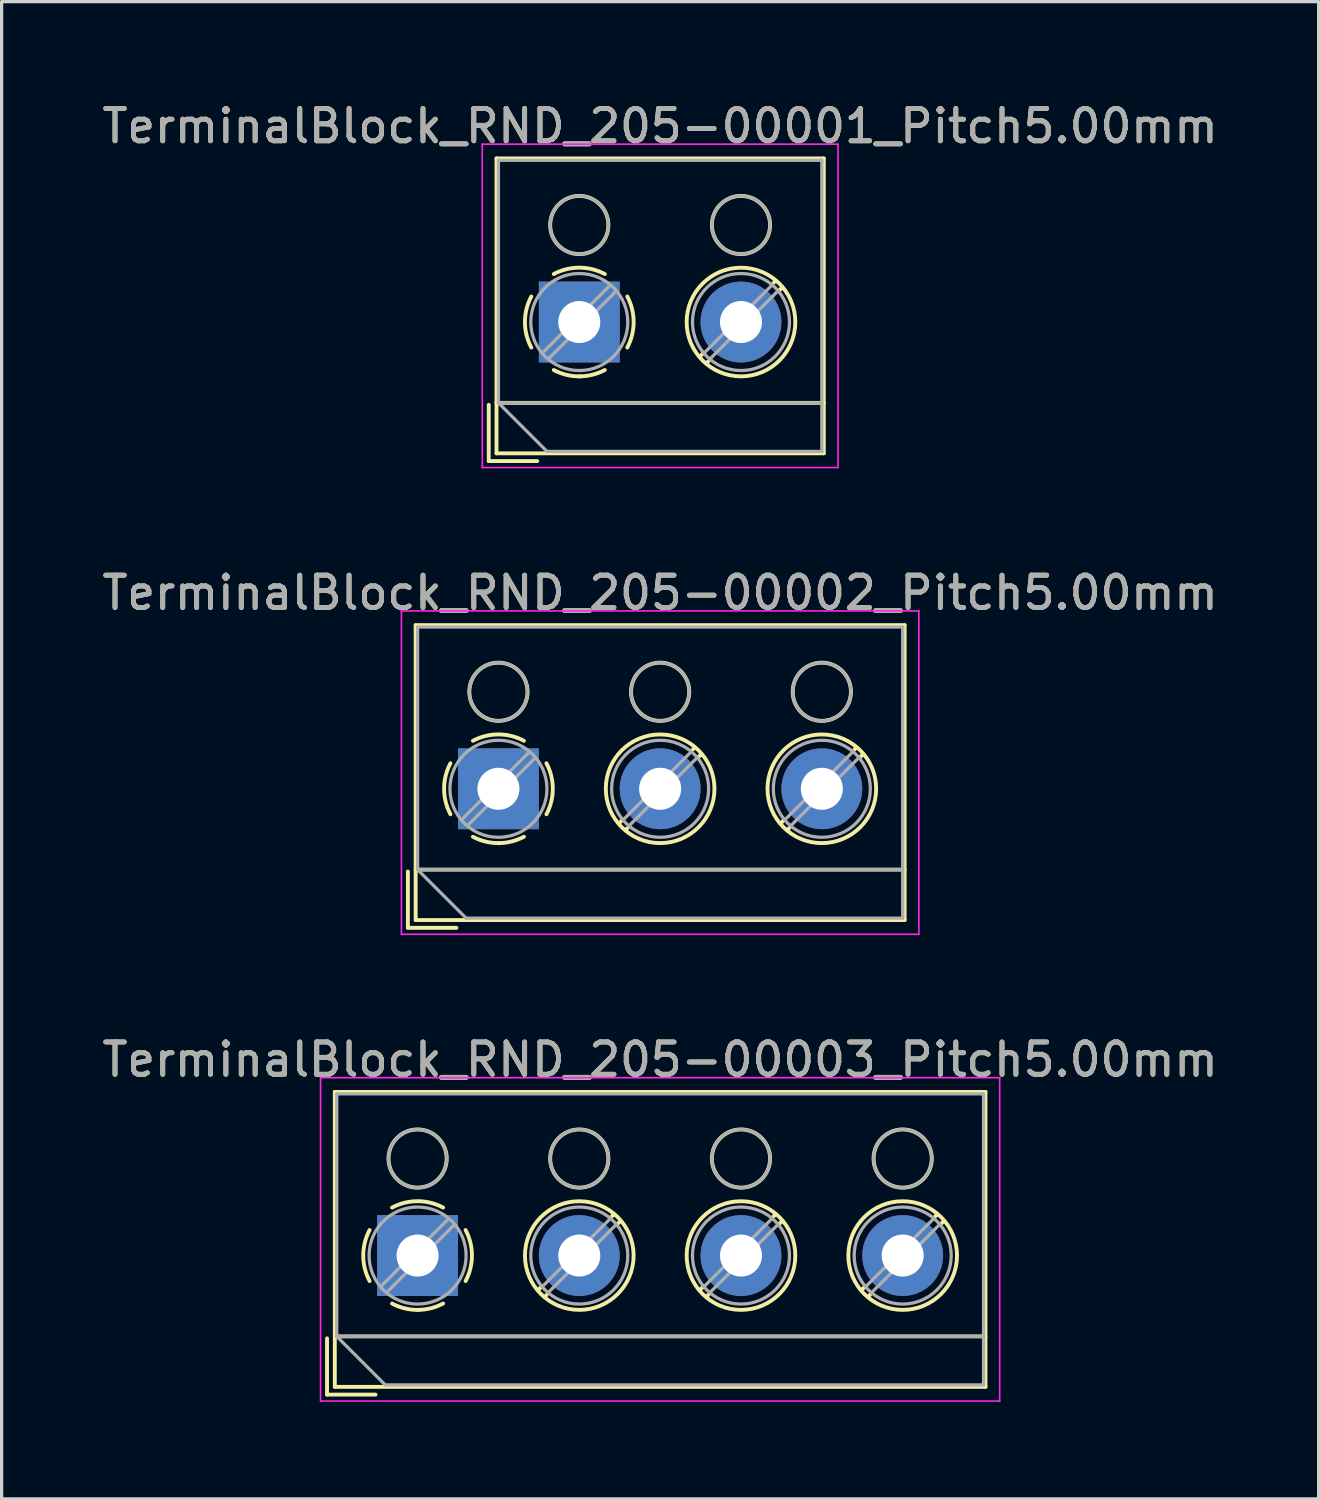
<source format=kicad_pcb>
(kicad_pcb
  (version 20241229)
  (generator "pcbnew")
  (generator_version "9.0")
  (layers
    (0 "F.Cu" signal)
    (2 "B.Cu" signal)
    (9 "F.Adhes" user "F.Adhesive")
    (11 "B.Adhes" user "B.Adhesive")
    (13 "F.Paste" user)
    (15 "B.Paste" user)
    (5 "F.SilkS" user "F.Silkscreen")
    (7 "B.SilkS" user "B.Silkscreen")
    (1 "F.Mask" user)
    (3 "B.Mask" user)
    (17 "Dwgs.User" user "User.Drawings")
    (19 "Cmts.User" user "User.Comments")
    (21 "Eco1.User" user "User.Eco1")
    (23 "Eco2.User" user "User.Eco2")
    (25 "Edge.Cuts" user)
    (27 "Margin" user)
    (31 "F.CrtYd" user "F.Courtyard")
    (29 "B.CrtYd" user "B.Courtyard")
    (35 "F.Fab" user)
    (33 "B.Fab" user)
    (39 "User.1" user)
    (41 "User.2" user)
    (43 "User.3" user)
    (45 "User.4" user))
  (footprint "TerminalBlock_RND_205-00003_Pitch5.00mm"
    (layer "F.Cu")
    (at 9.863 35.775)
    (property "Reference" "TerminalBlock_RND_205-00003_Pitch5.00mm" (at 7.5 -6.06 0) (layer "F.SilkS") (effects (font (size 1 1) (thickness 0.15))))
    (attr through_hole)
    (fp_line (start -2.8 2.56) (end -2.8 4.3) (stroke (width 0.12) (type solid)) (layer "F.SilkS"))
    (fp_line (start -2.8 4.3) (end -1.3 4.3) (stroke (width 0.12) (type solid)) (layer "F.SilkS"))
    (fp_line (start -2.56 -5.06) (end -2.56 4.06) (stroke (width 0.12) (type solid)) (layer "F.SilkS"))
    (fp_line (start -2.56 2.5) (end 17.56 2.5) (stroke (width 0.12) (type solid)) (layer "F.SilkS"))
    (fp_line (start -2.56 4.06) (end 17.56 4.06) (stroke (width 0.12) (type solid)) (layer "F.SilkS"))
    (fp_line (start 3.82 0.976) (end 3.726 1.069) (stroke (width 0.12) (type solid)) (layer "F.SilkS"))
    (fp_line (start 3.99 1.216) (end 3.931 1.274) (stroke (width 0.12) (type solid)) (layer "F.SilkS"))
    (fp_line (start 6.07 -1.275) (end 6.011 -1.216) (stroke (width 0.12) (type solid)) (layer "F.SilkS"))
    (fp_line (start 6.275 -1.069) (end 6.181 -0.976) (stroke (width 0.12) (type solid)) (layer "F.SilkS"))
    (fp_line (start 8.82 0.976) (end 8.726 1.069) (stroke (width 0.12) (type solid)) (layer "F.SilkS"))
    (fp_line (start 8.99 1.216) (end 8.931 1.274) (stroke (width 0.12) (type solid)) (layer "F.SilkS"))
    (fp_line (start 11.07 -1.275) (end 11.011 -1.216) (stroke (width 0.12) (type solid)) (layer "F.SilkS"))
    (fp_line (start 11.275 -1.069) (end 11.181 -0.976) (stroke (width 0.12) (type solid)) (layer "F.SilkS"))
    (fp_line (start 13.82 0.976) (end 13.726 1.069) (stroke (width 0.12) (type solid)) (layer "F.SilkS"))
    (fp_line (start 13.99 1.216) (end 13.931 1.274) (stroke (width 0.12) (type solid)) (layer "F.SilkS"))
    (fp_line (start 16.07 -1.275) (end 16.011 -1.216) (stroke (width 0.12) (type solid)) (layer "F.SilkS"))
    (fp_line (start 16.275 -1.069) (end 16.181 -0.976) (stroke (width 0.12) (type solid)) (layer "F.SilkS"))
    (fp_line (start 17.56 -5.06) (end -2.56 -5.06) (stroke (width 0.12) (type solid)) (layer "F.SilkS"))
    (fp_line (start 17.56 4.06) (end 17.56 -5.06) (stroke (width 0.12) (type solid)) (layer "F.SilkS"))
    (fp_arc (start -1.483953 0.789089) (mid -1.680708 0.00005) (end -1.484 -0.789) (stroke (width 0.12) (type solid)) (layer "F.SilkS"))
    (fp_arc (start -0.789089 -1.483953) (mid -0.00005 -1.680708) (end 0.789 -1.484) (stroke (width 0.12) (type solid)) (layer "F.SilkS"))
    (fp_arc (start 0.029383 1.68045) (mid -0.392304 1.634281) (end -0.789 1.484) (stroke (width 0.12) (type solid)) (layer "F.SilkS"))
    (fp_arc (start 0.788712 1.483352) (mid 0.406429 1.630097) (end 0 1.68) (stroke (width 0.12) (type solid)) (layer "F.SilkS"))
    (fp_arc (start 1.483953 -0.789089) (mid 1.680708 -0.00005) (end 1.484 0.789) (stroke (width 0.12) (type solid)) (layer "F.SilkS"))
    (fp_circle (center 0 -3) (end 0.9 -3) (stroke (width 0.12) (type solid)) (fill no) (layer "F.SilkS"))
    (fp_circle (center 5 -3) (end 5.9 -3) (stroke (width 0.12) (type solid)) (fill no) (layer "F.SilkS"))
    (fp_circle (center 5 0) (end 6.68 0) (stroke (width 0.12) (type solid)) (fill no) (layer "F.SilkS"))
    (fp_circle (center 10 -3) (end 10.9 -3) (stroke (width 0.12) (type solid)) (fill no) (layer "F.SilkS"))
    (fp_circle (center 10 0) (end 11.68 0) (stroke (width 0.12) (type solid)) (fill no) (layer "F.SilkS"))
    (fp_circle (center 15 -3) (end 15.9 -3) (stroke (width 0.12) (type solid)) (fill no) (layer "F.SilkS"))
    (fp_circle (center 15 0) (end 16.68 0) (stroke (width 0.12) (type solid)) (fill no) (layer "F.SilkS"))
    (fp_line (start -3 -5.5) (end -3 4.5) (stroke (width 0.05) (type solid)) (layer "F.CrtYd"))
    (fp_line (start -3 4.5) (end 18 4.5) (stroke (width 0.05) (type solid)) (layer "F.CrtYd"))
    (fp_line (start 18 -5.5) (end -3 -5.5) (stroke (width 0.05) (type solid)) (layer "F.CrtYd"))
    (fp_line (start 18 4.5) (end 18 -5.5) (stroke (width 0.05) (type solid)) (layer "F.CrtYd"))
    (fp_line (start -2.5 -5) (end 17.5 -5) (stroke (width 0.1) (type solid)) (layer "F.Fab"))
    (fp_line (start -2.5 2.5) (end -2.5 -5) (stroke (width 0.1) (type solid)) (layer "F.Fab"))
    (fp_line (start -2.5 2.5) (end 17.5 2.5) (stroke (width 0.1) (type solid)) (layer "F.Fab"))
    (fp_line (start -1 4) (end -2.5 2.5) (stroke (width 0.1) (type solid)) (layer "F.Fab"))
    (fp_line (start 0.955 -1.138) (end -1.138 0.955) (stroke (width 0.1) (type solid)) (layer "F.Fab"))
    (fp_line (start 1.138 -0.955) (end -0.955 1.138) (stroke (width 0.1) (type solid)) (layer "F.Fab"))
    (fp_line (start 5.955 -1.138) (end 3.863 0.955) (stroke (width 0.1) (type solid)) (layer "F.Fab"))
    (fp_line (start 6.138 -0.955) (end 4.046 1.138) (stroke (width 0.1) (type solid)) (layer "F.Fab"))
    (fp_line (start 10.955 -1.138) (end 8.863 0.955) (stroke (width 0.1) (type solid)) (layer "F.Fab"))
    (fp_line (start 11.138 -0.955) (end 9.046 1.138) (stroke (width 0.1) (type solid)) (layer "F.Fab"))
    (fp_line (start 15.955 -1.138) (end 13.863 0.955) (stroke (width 0.1) (type solid)) (layer "F.Fab"))
    (fp_line (start 16.138 -0.955) (end 14.046 1.138) (stroke (width 0.1) (type solid)) (layer "F.Fab"))
    (fp_line (start 17.5 -5) (end 17.5 4) (stroke (width 0.1) (type solid)) (layer "F.Fab"))
    (fp_line (start 17.5 4) (end -1 4) (stroke (width 0.1) (type solid)) (layer "F.Fab"))
    (fp_circle (center 0 -3) (end 0.9 -3) (stroke (width 0.1) (type solid)) (fill no) (layer "F.Fab"))
    (fp_circle (center 0 0) (end 1.5 0) (stroke (width 0.1) (type solid)) (fill no) (layer "F.Fab"))
    (fp_circle (center 5 -3) (end 5.9 -3) (stroke (width 0.1) (type solid)) (fill no) (layer "F.Fab"))
    (fp_circle (center 5 0) (end 6.5 0) (stroke (width 0.1) (type solid)) (fill no) (layer "F.Fab"))
    (fp_circle (center 10 -3) (end 10.9 -3) (stroke (width 0.1) (type solid)) (fill no) (layer "F.Fab"))
    (fp_circle (center 10 0) (end 11.5 0) (stroke (width 0.1) (type solid)) (fill no) (layer "F.Fab"))
    (fp_circle (center 15 -3) (end 15.9 -3) (stroke (width 0.1) (type solid)) (fill no) (layer "F.Fab"))
    (fp_circle (center 15 0) (end 16.5 0) (stroke (width 0.1) (type solid)) (fill no) (layer "F.Fab"))
    (fp_text user "${REFERENCE}" (at 7.5 -6.06 0) (layer "F.Fab") (effects (font (size 1 1) (thickness 0.15))))
    (pad "1" thru_hole rect (at 0 0) (size 2.5 2.5) (drill 1.3) (layers "*.Cu" "*.Mask"))
    (pad "2" thru_hole circle (at 5 0) (size 2.5 2.5) (drill 1.3) (layers "*.Cu" "*.Mask"))
    (pad "3" thru_hole circle (at 10 0) (size 2.5 2.5) (drill 1.3) (layers "*.Cu" "*.Mask"))
    (pad "4" thru_hole circle (at 15 0) (size 2.5 2.5) (drill 1.3) (layers "*.Cu" "*.Mask")))
  (footprint "TerminalBlock_RND_205-00002_Pitch5.00mm"
    (layer "F.Cu")
    (at 12.363 21.341)
    (property "Reference" "TerminalBlock_RND_205-00002_Pitch5.00mm" (at 5 -6.06 0) (layer "F.SilkS") (effects (font (size 1 1) (thickness 0.15))))
    (attr through_hole)
    (fp_line (start -2.8 2.56) (end -2.8 4.3) (stroke (width 0.12) (type solid)) (layer "F.SilkS"))
    (fp_line (start -2.8 4.3) (end -1.3 4.3) (stroke (width 0.12) (type solid)) (layer "F.SilkS"))
    (fp_line (start -2.56 -5.06) (end -2.56 4.06) (stroke (width 0.12) (type solid)) (layer "F.SilkS"))
    (fp_line (start -2.56 2.5) (end 12.56 2.5) (stroke (width 0.12) (type solid)) (layer "F.SilkS"))
    (fp_line (start -2.56 4.06) (end 12.56 4.06) (stroke (width 0.12) (type solid)) (layer "F.SilkS"))
    (fp_line (start 3.82 0.976) (end 3.726 1.069) (stroke (width 0.12) (type solid)) (layer "F.SilkS"))
    (fp_line (start 3.99 1.216) (end 3.931 1.274) (stroke (width 0.12) (type solid)) (layer "F.SilkS"))
    (fp_line (start 6.07 -1.275) (end 6.011 -1.216) (stroke (width 0.12) (type solid)) (layer "F.SilkS"))
    (fp_line (start 6.275 -1.069) (end 6.181 -0.976) (stroke (width 0.12) (type solid)) (layer "F.SilkS"))
    (fp_line (start 8.82 0.976) (end 8.726 1.069) (stroke (width 0.12) (type solid)) (layer "F.SilkS"))
    (fp_line (start 8.99 1.216) (end 8.931 1.274) (stroke (width 0.12) (type solid)) (layer "F.SilkS"))
    (fp_line (start 11.07 -1.275) (end 11.011 -1.216) (stroke (width 0.12) (type solid)) (layer "F.SilkS"))
    (fp_line (start 11.275 -1.069) (end 11.181 -0.976) (stroke (width 0.12) (type solid)) (layer "F.SilkS"))
    (fp_line (start 12.56 -5.06) (end -2.56 -5.06) (stroke (width 0.12) (type solid)) (layer "F.SilkS"))
    (fp_line (start 12.56 4.06) (end 12.56 -5.06) (stroke (width 0.12) (type solid)) (layer "F.SilkS"))
    (fp_arc (start -1.483953 0.789089) (mid -1.680708 0.00005) (end -1.484 -0.789) (stroke (width 0.12) (type solid)) (layer "F.SilkS"))
    (fp_arc (start -0.789089 -1.483953) (mid -0.00005 -1.680708) (end 0.789 -1.484) (stroke (width 0.12) (type solid)) (layer "F.SilkS"))
    (fp_arc (start 0.029383 1.68045) (mid -0.392304 1.634281) (end -0.789 1.484) (stroke (width 0.12) (type solid)) (layer "F.SilkS"))
    (fp_arc (start 0.788712 1.483352) (mid 0.406429 1.630097) (end 0 1.68) (stroke (width 0.12) (type solid)) (layer "F.SilkS"))
    (fp_arc (start 1.483953 -0.789089) (mid 1.680708 -0.00005) (end 1.484 0.789) (stroke (width 0.12) (type solid)) (layer "F.SilkS"))
    (fp_circle (center 0 -3) (end 0.9 -3) (stroke (width 0.12) (type solid)) (fill no) (layer "F.SilkS"))
    (fp_circle (center 5 -3) (end 5.9 -3) (stroke (width 0.12) (type solid)) (fill no) (layer "F.SilkS"))
    (fp_circle (center 5 0) (end 6.68 0) (stroke (width 0.12) (type solid)) (fill no) (layer "F.SilkS"))
    (fp_circle (center 10 -3) (end 10.9 -3) (stroke (width 0.12) (type solid)) (fill no) (layer "F.SilkS"))
    (fp_circle (center 10 0) (end 11.68 0) (stroke (width 0.12) (type solid)) (fill no) (layer "F.SilkS"))
    (fp_line (start -3 -5.5) (end -3 4.5) (stroke (width 0.05) (type solid)) (layer "F.CrtYd"))
    (fp_line (start -3 4.5) (end 13 4.5) (stroke (width 0.05) (type solid)) (layer "F.CrtYd"))
    (fp_line (start 13 -5.5) (end -3 -5.5) (stroke (width 0.05) (type solid)) (layer "F.CrtYd"))
    (fp_line (start 13 4.5) (end 13 -5.5) (stroke (width 0.05) (type solid)) (layer "F.CrtYd"))
    (fp_line (start -2.5 -5) (end 12.5 -5) (stroke (width 0.1) (type solid)) (layer "F.Fab"))
    (fp_line (start -2.5 2.5) (end -2.5 -5) (stroke (width 0.1) (type solid)) (layer "F.Fab"))
    (fp_line (start -2.5 2.5) (end 12.5 2.5) (stroke (width 0.1) (type solid)) (layer "F.Fab"))
    (fp_line (start -1 4) (end -2.5 2.5) (stroke (width 0.1) (type solid)) (layer "F.Fab"))
    (fp_line (start 0.955 -1.138) (end -1.138 0.955) (stroke (width 0.1) (type solid)) (layer "F.Fab"))
    (fp_line (start 1.138 -0.955) (end -0.955 1.138) (stroke (width 0.1) (type solid)) (layer "F.Fab"))
    (fp_line (start 5.955 -1.138) (end 3.863 0.955) (stroke (width 0.1) (type solid)) (layer "F.Fab"))
    (fp_line (start 6.138 -0.955) (end 4.046 1.138) (stroke (width 0.1) (type solid)) (layer "F.Fab"))
    (fp_line (start 10.955 -1.138) (end 8.863 0.955) (stroke (width 0.1) (type solid)) (layer "F.Fab"))
    (fp_line (start 11.138 -0.955) (end 9.046 1.138) (stroke (width 0.1) (type solid)) (layer "F.Fab"))
    (fp_line (start 12.5 -5) (end 12.5 4) (stroke (width 0.1) (type solid)) (layer "F.Fab"))
    (fp_line (start 12.5 4) (end -1 4) (stroke (width 0.1) (type solid)) (layer "F.Fab"))
    (fp_circle (center 0 -3) (end 0.9 -3) (stroke (width 0.1) (type solid)) (fill no) (layer "F.Fab"))
    (fp_circle (center 0 0) (end 1.5 0) (stroke (width 0.1) (type solid)) (fill no) (layer "F.Fab"))
    (fp_circle (center 5 -3) (end 5.9 -3) (stroke (width 0.1) (type solid)) (fill no) (layer "F.Fab"))
    (fp_circle (center 5 0) (end 6.5 0) (stroke (width 0.1) (type solid)) (fill no) (layer "F.Fab"))
    (fp_circle (center 10 -3) (end 10.9 -3) (stroke (width 0.1) (type solid)) (fill no) (layer "F.Fab"))
    (fp_circle (center 10 0) (end 11.5 0) (stroke (width 0.1) (type solid)) (fill no) (layer "F.Fab"))
    (fp_text user "${REFERENCE}" (at 5 -6.06 0) (layer "F.Fab") (effects (font (size 1 1) (thickness 0.15))))
    (pad "1" thru_hole rect (at 0 0) (size 2.5 2.5) (drill 1.3) (layers "*.Cu" "*.Mask"))
    (pad "2" thru_hole circle (at 5 0) (size 2.5 2.5) (drill 1.3) (layers "*.Cu" "*.Mask"))
    (pad "3" thru_hole circle (at 10 0) (size 2.5 2.5) (drill 1.3) (layers "*.Cu" "*.Mask")))
  (footprint "TerminalBlock_RND_205-00001_Pitch5.00mm"
    (layer "F.Cu")
    (at 14.863 6.908)
    (property "Reference" "TerminalBlock_RND_205-00001_Pitch5.00mm" (at 2.5 -6.06 0) (layer "F.SilkS") (effects (font (size 1 1) (thickness 0.15))))
    (attr through_hole)
    (fp_line (start -2.8 2.56) (end -2.8 4.3) (stroke (width 0.12) (type solid)) (layer "F.SilkS"))
    (fp_line (start -2.8 4.3) (end -1.3 4.3) (stroke (width 0.12) (type solid)) (layer "F.SilkS"))
    (fp_line (start -2.56 -5.06) (end -2.56 4.06) (stroke (width 0.12) (type solid)) (layer "F.SilkS"))
    (fp_line (start -2.56 2.5) (end 7.56 2.5) (stroke (width 0.12) (type solid)) (layer "F.SilkS"))
    (fp_line (start -2.56 4.06) (end 7.56 4.06) (stroke (width 0.12) (type solid)) (layer "F.SilkS"))
    (fp_line (start 3.82 0.976) (end 3.726 1.069) (stroke (width 0.12) (type solid)) (layer "F.SilkS"))
    (fp_line (start 3.99 1.216) (end 3.931 1.274) (stroke (width 0.12) (type solid)) (layer "F.SilkS"))
    (fp_line (start 6.07 -1.275) (end 6.011 -1.216) (stroke (width 0.12) (type solid)) (layer "F.SilkS"))
    (fp_line (start 6.275 -1.069) (end 6.181 -0.976) (stroke (width 0.12) (type solid)) (layer "F.SilkS"))
    (fp_line (start 7.56 -5.06) (end -2.56 -5.06) (stroke (width 0.12) (type solid)) (layer "F.SilkS"))
    (fp_line (start 7.56 4.06) (end 7.56 -5.06) (stroke (width 0.12) (type solid)) (layer "F.SilkS"))
    (fp_arc (start -1.483953 0.789089) (mid -1.680708 0.00005) (end -1.484 -0.789) (stroke (width 0.12) (type solid)) (layer "F.SilkS"))
    (fp_arc (start -0.789089 -1.483953) (mid -0.00005 -1.680708) (end 0.789 -1.484) (stroke (width 0.12) (type solid)) (layer "F.SilkS"))
    (fp_arc (start 0.029383 1.68045) (mid -0.392304 1.634281) (end -0.789 1.484) (stroke (width 0.12) (type solid)) (layer "F.SilkS"))
    (fp_arc (start 0.788712 1.483352) (mid 0.406429 1.630097) (end 0 1.68) (stroke (width 0.12) (type solid)) (layer "F.SilkS"))
    (fp_arc (start 1.483953 -0.789089) (mid 1.680708 -0.00005) (end 1.484 0.789) (stroke (width 0.12) (type solid)) (layer "F.SilkS"))
    (fp_circle (center 0 -3) (end 0.9 -3) (stroke (width 0.12) (type solid)) (fill no) (layer "F.SilkS"))
    (fp_circle (center 5 -3) (end 5.9 -3) (stroke (width 0.12) (type solid)) (fill no) (layer "F.SilkS"))
    (fp_circle (center 5 0) (end 6.68 0) (stroke (width 0.12) (type solid)) (fill no) (layer "F.SilkS"))
    (fp_line (start -3 -5.5) (end -3 4.5) (stroke (width 0.05) (type solid)) (layer "F.CrtYd"))
    (fp_line (start -3 4.5) (end 8 4.5) (stroke (width 0.05) (type solid)) (layer "F.CrtYd"))
    (fp_line (start 8 -5.5) (end -3 -5.5) (stroke (width 0.05) (type solid)) (layer "F.CrtYd"))
    (fp_line (start 8 4.5) (end 8 -5.5) (stroke (width 0.05) (type solid)) (layer "F.CrtYd"))
    (fp_line (start -2.5 -5) (end 7.5 -5) (stroke (width 0.1) (type solid)) (layer "F.Fab"))
    (fp_line (start -2.5 2.5) (end -2.5 -5) (stroke (width 0.1) (type solid)) (layer "F.Fab"))
    (fp_line (start -2.5 2.5) (end 7.5 2.5) (stroke (width 0.1) (type solid)) (layer "F.Fab"))
    (fp_line (start -1 4) (end -2.5 2.5) (stroke (width 0.1) (type solid)) (layer "F.Fab"))
    (fp_line (start 0.955 -1.138) (end -1.138 0.955) (stroke (width 0.1) (type solid)) (layer "F.Fab"))
    (fp_line (start 1.138 -0.955) (end -0.955 1.138) (stroke (width 0.1) (type solid)) (layer "F.Fab"))
    (fp_line (start 5.955 -1.138) (end 3.863 0.955) (stroke (width 0.1) (type solid)) (layer "F.Fab"))
    (fp_line (start 6.138 -0.955) (end 4.046 1.138) (stroke (width 0.1) (type solid)) (layer "F.Fab"))
    (fp_line (start 7.5 -5) (end 7.5 4) (stroke (width 0.1) (type solid)) (layer "F.Fab"))
    (fp_line (start 7.5 4) (end -1 4) (stroke (width 0.1) (type solid)) (layer "F.Fab"))
    (fp_circle (center 0 -3) (end 0.9 -3) (stroke (width 0.1) (type solid)) (fill no) (layer "F.Fab"))
    (fp_circle (center 0 0) (end 1.5 0) (stroke (width 0.1) (type solid)) (fill no) (layer "F.Fab"))
    (fp_circle (center 5 -3) (end 5.9 -3) (stroke (width 0.1) (type solid)) (fill no) (layer "F.Fab"))
    (fp_circle (center 5 0) (end 6.5 0) (stroke (width 0.1) (type solid)) (fill no) (layer "F.Fab"))
    (fp_text user "${REFERENCE}" (at 2.5 -6.06 0) (layer "F.Fab") (effects (font (size 1 1) (thickness 0.15))))
    (pad "1" thru_hole rect (at 0 0) (size 2.5 2.5) (drill 1.3) (layers "*.Cu" "*.Mask"))
    (pad "2" thru_hole circle (at 5 0) (size 2.5 2.5) (drill 1.3) (layers "*.Cu" "*.Mask")))
  (gr_rect
    (start -3 -3)
    (end 37.726 43.3)
    (stroke (width 0.1) (type default))
    (fill no)
    (layer "Edge.Cuts")))
</source>
